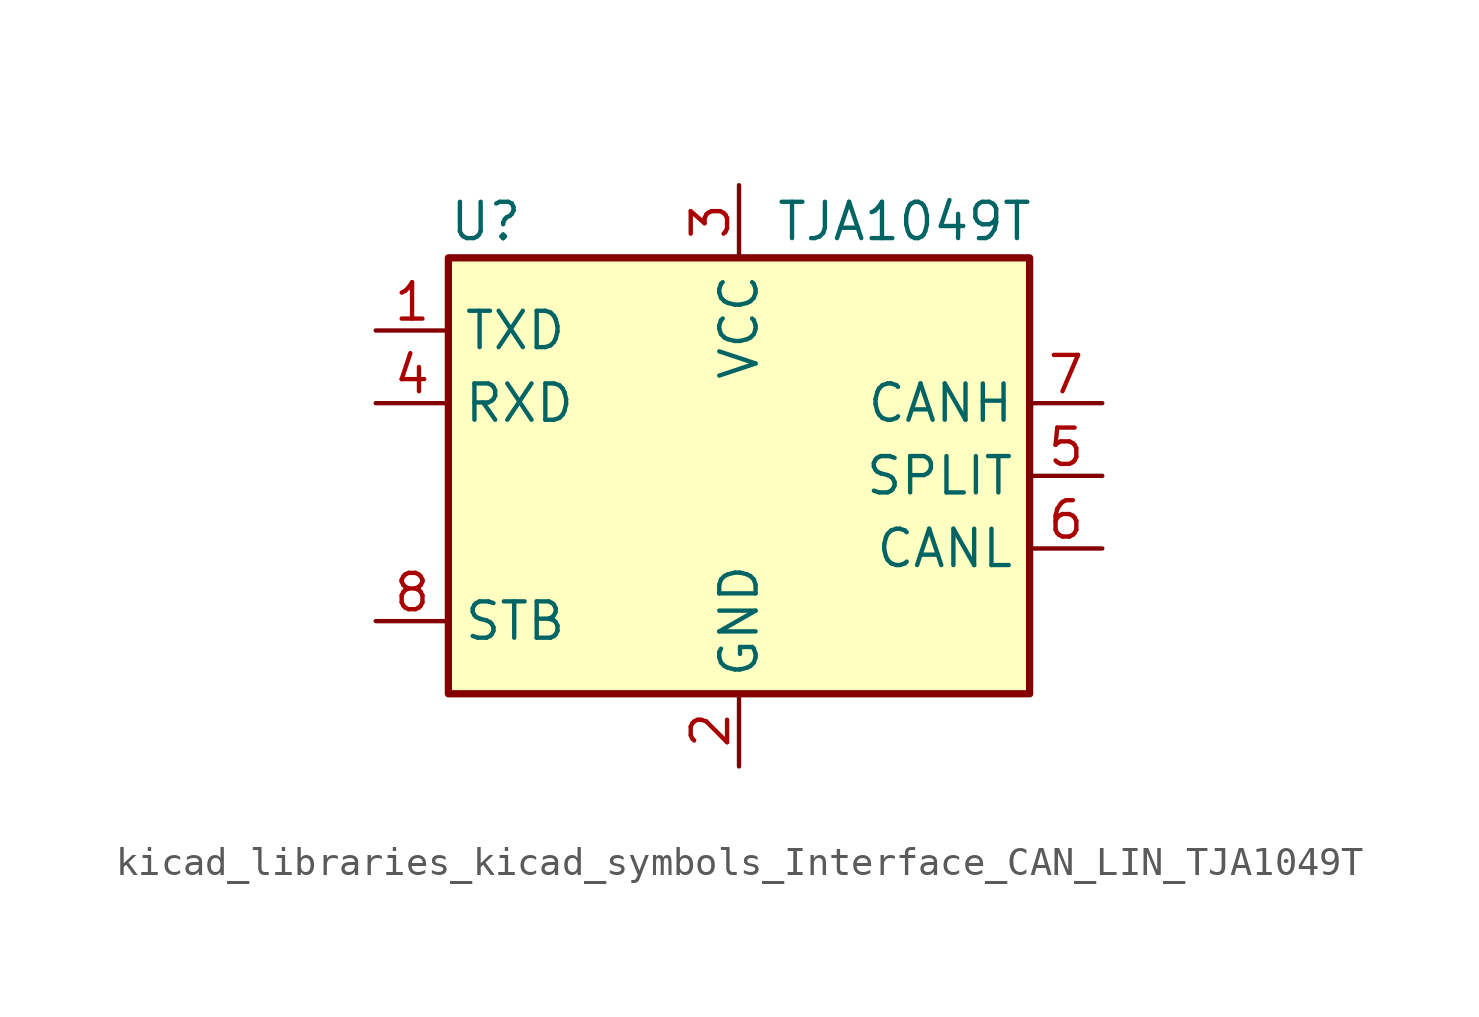
<source format=kicad_sym>
(kicad_symbol_lib
  (version 20220914)
  (generator kicad_symbol_editor)
  (symbol "kicad_libraries_kicad_symbols_Interface_CAN_LIN_TJA1049T"
    (property "Reference" "U"
      (at -10.16 8.89 0)
      (effects (font (size 1.27 1.27)) (justify left)))
    (property "Value" "TJA1049T"
      (at 1.27 8.89 0)
      (effects (font (size 1.27 1.27)) (justify left)))
    (symbol "kicad_libraries_kicad_symbols_Interface_CAN_LIN_TJA1049T_0_1"
      (rectangle (start -10.16 7.62) (end 10.16 -7.62) (stroke (width 0.254) (type default)) (fill (type background))))
    (symbol "kicad_libraries_kicad_symbols_Interface_CAN_LIN_TJA1049T_1_1"
      (pin input line (at -12.7 5.08 0) (length 2.54) (name "TXD" (effects (font (size 1.27 1.27)))) (number "1" (effects (font (size 1.27 1.27)))))
      (pin power_in line (at 0 -10.16 90) (length 2.54) (name "GND" (effects (font (size 1.27 1.27)))) (number "2" (effects (font (size 1.27 1.27)))))
      (pin power_in line (at 0 10.16 270) (length 2.54) (name "VCC" (effects (font (size 1.27 1.27)))) (number "3" (effects (font (size 1.27 1.27)))))
      (pin output line (at -12.7 2.54 0) (length 2.54) (name "RXD" (effects (font (size 1.27 1.27)))) (number "4" (effects (font (size 1.27 1.27)))))
      (pin power_out line (at 12.7 0 180) (length 2.54) (name "SPLIT" (effects (font (size 1.27 1.27)))) (number "5" (effects (font (size 1.27 1.27)))))
      (pin bidirectional line (at 12.7 -2.54 180) (length 2.54) (name "CANL" (effects (font (size 1.27 1.27)))) (number "6" (effects (font (size 1.27 1.27)))))
      (pin bidirectional line (at 12.7 2.54 180) (length 2.54) (name "CANH" (effects (font (size 1.27 1.27)))) (number "7" (effects (font (size 1.27 1.27)))))
      (pin input line (at -12.7 -5.08 0) (length 2.54) (name "STB" (effects (font (size 1.27 1.27)))) (number "8" (effects (font (size 1.27 1.27))))))))
</source>
